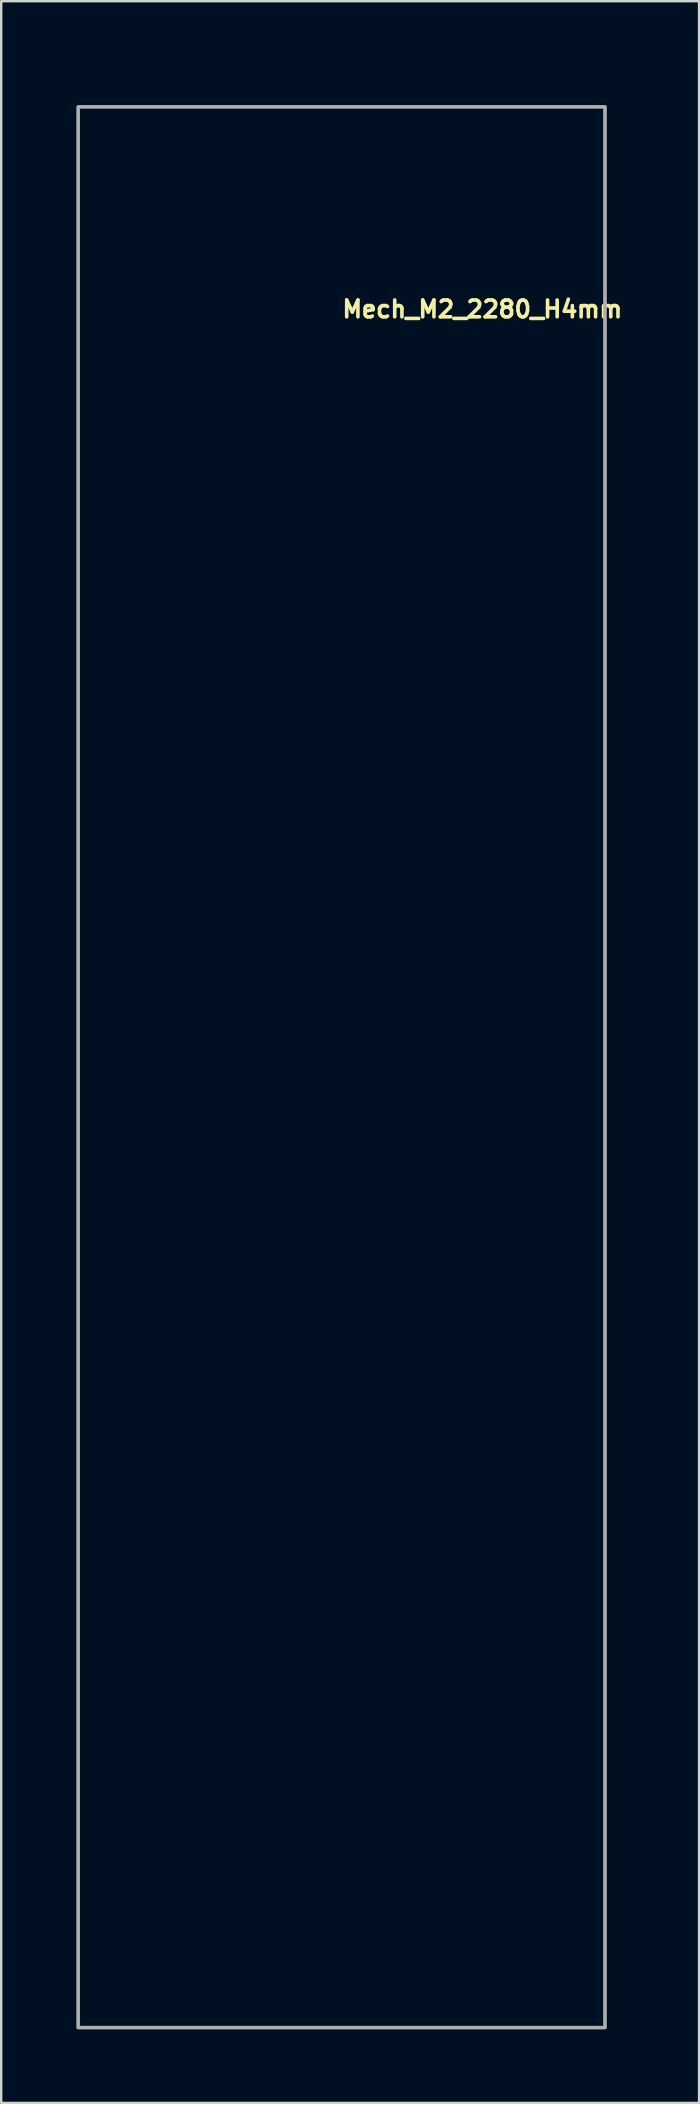
<source format=kicad_pcb>
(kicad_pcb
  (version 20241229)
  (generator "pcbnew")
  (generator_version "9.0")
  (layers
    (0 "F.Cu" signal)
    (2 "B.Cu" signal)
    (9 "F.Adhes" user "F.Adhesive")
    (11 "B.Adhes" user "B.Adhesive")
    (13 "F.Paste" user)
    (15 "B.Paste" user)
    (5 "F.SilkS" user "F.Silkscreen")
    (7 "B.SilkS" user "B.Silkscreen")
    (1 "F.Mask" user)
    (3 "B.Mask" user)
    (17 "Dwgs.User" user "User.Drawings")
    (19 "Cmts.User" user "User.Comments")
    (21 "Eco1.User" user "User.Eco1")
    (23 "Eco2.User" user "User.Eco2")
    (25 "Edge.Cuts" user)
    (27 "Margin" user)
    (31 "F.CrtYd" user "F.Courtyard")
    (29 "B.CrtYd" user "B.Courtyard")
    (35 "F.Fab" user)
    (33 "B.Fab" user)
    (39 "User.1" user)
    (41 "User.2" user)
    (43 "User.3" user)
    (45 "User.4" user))
  (footprint "Mech_M2_2280_H4mm"
    (layer "F.Cu")
    (at 11.127 1.35)
    (property "Reference" "Mech_M2_2280_H4mm" (at 0 8.89 180) (layer "F.SilkS") (effects (font (size 0.7 0.7) (thickness 0.15)) (justify left bottom)))
    (attr exclude_from_pos_files exclude_from_bom)
    (fp_line (start -11 0) (end -11 80.001) (stroke (width 0.2) (type solid)) (layer "Eco1.User"))
    (fp_line (start -11 80.001) (end 10.999 80.001) (stroke (width 0.2) (type solid)) (layer "Eco1.User"))
    (fp_line (start 10.999 0) (end -11 0) (stroke (width 0.2) (type solid)) (layer "Eco1.User"))
    (fp_line (start 10.999 80.001) (end 10.999 0) (stroke (width 0.2) (type solid)) (layer "Eco1.User"))
    (fp_circle (center 0 0) (end -1.25 0) (stroke (width 0.2) (type solid)) (fill no) (layer "Eco1.User"))
    (fp_rect (start -10.922 0.051) (end 11.024 80.061) (stroke (width 0.15) (type solid)) (fill no) (layer "F.Fab"))
    (fp_rect (start -11.077 0) (end 11.076 80.15) (stroke (width 0.1) (type solid)) (fill no) (layer "User.5"))
    (fp_rect (start -11.077 0) (end 11.076 80.15) (stroke (width 0.1) (type solid)) (fill no) (layer "User.5"))
    (fp_line (start -11.077 0) (end -11.077 6.296) (stroke (width 0.02) (type solid)) (layer "User.9"))
    (fp_line (start -11.077 6.296) (end -10.705 6.78) (stroke (width 0.02) (type solid)) (layer "User.9"))
    (fp_line (start -11.077 14.297) (end -11.077 67.087) (stroke (width 0.02) (type solid)) (layer "User.9"))
    (fp_line (start -11.077 74.41) (end -11.077 76.063) (stroke (width 0.02) (type solid)) (layer "User.9"))
    (fp_line (start -10.705 6.78) (end -10.705 13.781) (stroke (width 0.02) (type solid)) (layer "User.9"))
    (fp_line (start -10.705 13.781) (end -11.077 14.297) (stroke (width 0.02) (type solid)) (layer "User.9"))
    (fp_line (start -10.705 67.531) (end -11.077 67.087) (stroke (width 0.02) (type solid)) (layer "User.9"))
    (fp_line (start -10.705 67.531) (end -10.705 73.938) (stroke (width 0.02) (type solid)) (layer "User.9"))
    (fp_line (start -10.705 73.938) (end -11.077 74.41) (stroke (width 0.02) (type solid)) (layer "User.9"))
    (fp_line (start -10.276 29.629) (end -9.632 29.629) (stroke (width 0.02) (type solid)) (layer "User.9"))
    (fp_line (start -10.276 30.2) (end -10.276 29.629) (stroke (width 0.02) (type solid)) (layer "User.9"))
    (fp_line (start -10.269 76.078) (end -11.077 76.063) (stroke (width 0.02) (type solid)) (layer "User.9"))
    (fp_line (start -10.257 21.38) (end -9.789 21.38) (stroke (width 0.02) (type solid)) (layer "User.9"))
    (fp_line (start -10.257 21.931) (end -10.257 21.38) (stroke (width 0.02) (type solid)) (layer "User.9"))
    (fp_line (start -10.224 1.273) (end -10.212 1.173) (stroke (width 0.02) (type solid)) (layer "User.9"))
    (fp_line (start -10.224 1.274) (end -10.186 1.368) (stroke (width 0.02) (type solid)) (layer "User.9"))
    (fp_line (start -10.216 38.534) (end -10.216 38.963) (stroke (width 0.02) (type solid)) (layer "User.9"))
    (fp_line (start -10.216 38.963) (end -9.741 38.963) (stroke (width 0.02) (type solid)) (layer "User.9"))
    (fp_line (start -10.212 1.173) (end -10.186 1.112) (stroke (width 0.02) (type solid)) (layer "User.9"))
    (fp_line (start -10.212 23.658) (end -9.744 23.658) (stroke (width 0.02) (type solid)) (layer "User.9"))
    (fp_line (start -10.212 24.207) (end -10.212 23.658) (stroke (width 0.02) (type solid)) (layer "User.9"))
    (fp_line (start -10.186 1.112) (end -10.144 1.06) (stroke (width 0.02) (type solid)) (layer "User.9"))
    (fp_line (start -10.186 1.368) (end -10.144 1.423) (stroke (width 0.02) (type solid)) (layer "User.9"))
    (fp_line (start -10.183 36.656) (end -10.183 37.173) (stroke (width 0.02) (type solid)) (layer "User.9"))
    (fp_line (start -10.183 37.173) (end -9.792 37.173) (stroke (width 0.02) (type solid)) (layer "User.9"))
    (fp_line (start -10.148 76.129) (end -10.269 76.078) (stroke (width 0.02) (type solid)) (layer "User.9"))
    (fp_line (start -10.144 1.423) (end -10.091 1.463) (stroke (width 0.02) (type solid)) (layer "User.9"))
    (fp_line (start -10.093 74.435) (end -10.067 74.641) (stroke (width 0.02) (type solid)) (layer "User.9"))
    (fp_line (start -10.091 1.017) (end -10.144 1.06) (stroke (width 0.02) (type solid)) (layer "User.9"))
    (fp_line (start -10.091 1.463) (end -10.029 1.489) (stroke (width 0.02) (type solid)) (layer "User.9"))
    (fp_line (start -10.067 74.227) (end -10.093 74.435) (stroke (width 0.02) (type solid)) (layer "User.9"))
    (fp_line (start -10.067 74.227) (end -9.987 74.035) (stroke (width 0.02) (type solid)) (layer "User.9"))
    (fp_line (start -10.067 74.641) (end -9.987 74.834) (stroke (width 0.02) (type solid)) (layer "User.9"))
    (fp_line (start -10.045 76.209) (end -10.148 76.129) (stroke (width 0.02) (type solid)) (layer "User.9"))
    (fp_line (start -10.042 60.676) (end -10.042 60.015) (stroke (width 0.02) (type solid)) (layer "User.9"))
    (fp_line (start -10.042 60.676) (end -8.862 60.676) (stroke (width 0.02) (type solid)) (layer "User.9"))
    (fp_line (start -10.029 0.992) (end -10.091 1.017) (stroke (width 0.02) (type solid)) (layer "User.9"))
    (fp_line (start -10.013 34.887) (end -10.013 35.938) (stroke (width 0.02) (type solid)) (layer "User.9"))
    (fp_line (start -10.013 35.938) (end -9.317 35.938) (stroke (width 0.02) (type solid)) (layer "User.9"))
    (fp_line (start -9.987 74.035) (end -9.859 73.87) (stroke (width 0.02) (type solid)) (layer "User.9"))
    (fp_line (start -9.987 74.834) (end -9.859 75.001) (stroke (width 0.02) (type solid)) (layer "User.9"))
    (fp_line (start -9.971 67.682) (end -9.971 68.231) (stroke (width 0.02) (type solid)) (layer "User.9"))
    (fp_line (start -9.971 67.682) (end -9.503 67.682) (stroke (width 0.02) (type solid)) (layer "User.9"))
    (fp_line (start -9.965 76.313) (end -10.045 76.209) (stroke (width 0.02) (type solid)) (layer "User.9"))
    (fp_line (start -9.962 0.983) (end -10.029 0.992) (stroke (width 0.02) (type solid)) (layer "User.9"))
    (fp_line (start -9.962 0.983) (end -9.897 0.992) (stroke (width 0.02) (type solid)) (layer "User.9"))
    (fp_line (start -9.962 1.499) (end -10.029 1.489) (stroke (width 0.02) (type solid)) (layer "User.9"))
    (fp_line (start -9.952 9.967) (end -9.484 9.967) (stroke (width 0.02) (type solid)) (layer "User.9"))
    (fp_line (start -9.952 10.518) (end -9.952 9.967) (stroke (width 0.02) (type solid)) (layer "User.9"))
    (fp_line (start -9.915 76.433) (end -9.965 76.313) (stroke (width 0.02) (type solid)) (layer "User.9"))
    (fp_line (start -9.898 76.563) (end -9.915 76.433) (stroke (width 0.02) (type solid)) (layer "User.9"))
    (fp_line (start -9.898 76.563) (end -9.898 80.15) (stroke (width 0.02) (type solid)) (layer "User.9"))
    (fp_line (start -9.898 80.15) (end -6.829 80.15) (stroke (width 0.02) (type solid)) (layer "User.9"))
    (fp_line (start -9.897 0.992) (end -9.833 1.017) (stroke (width 0.02) (type solid)) (layer "User.9"))
    (fp_line (start -9.897 1.489) (end -9.962 1.499) (stroke (width 0.02) (type solid)) (layer "User.9"))
    (fp_line (start -9.897 1.489) (end -9.833 1.463) (stroke (width 0.02) (type solid)) (layer "User.9"))
    (fp_line (start -9.862 7.7) (end -9.394 7.7) (stroke (width 0.02) (type solid)) (layer "User.9"))
    (fp_line (start -9.862 8.249) (end -9.862 7.7) (stroke (width 0.02) (type solid)) (layer "User.9"))
    (fp_line (start -9.859 62.197) (end -9.859 61.728) (stroke (width 0.02) (type solid)) (layer "User.9"))
    (fp_line (start -9.859 73.87) (end -9.695 73.742) (stroke (width 0.02) (type solid)) (layer "User.9"))
    (fp_line (start -9.849 70.453) (end -9.849 72.23) (stroke (width 0.02) (type solid)) (layer "User.9"))
    (fp_line (start -9.849 70.453) (end -8.527 70.453) (stroke (width 0.02) (type solid)) (layer "User.9"))
    (fp_line (start -9.833 1.017) (end -9.779 1.06) (stroke (width 0.02) (type solid)) (layer "User.9"))
    (fp_line (start -9.792 36.656) (end -10.183 36.656) (stroke (width 0.02) (type solid)) (layer "User.9"))
    (fp_line (start -9.792 37.173) (end -9.792 36.656) (stroke (width 0.02) (type solid)) (layer "User.9"))
    (fp_line (start -9.789 21.931) (end -10.257 21.931) (stroke (width 0.02) (type solid)) (layer "User.9"))
    (fp_line (start -9.789 21.931) (end -9.789 21.38) (stroke (width 0.02) (type solid)) (layer "User.9"))
    (fp_line (start -9.779 1.423) (end -9.833 1.463) (stroke (width 0.02) (type solid)) (layer "User.9"))
    (fp_line (start -9.779 1.423) (end -9.74 1.368) (stroke (width 0.02) (type solid)) (layer "User.9"))
    (fp_line (start -9.744 24.207) (end -10.212 24.207) (stroke (width 0.02) (type solid)) (layer "User.9"))
    (fp_line (start -9.744 24.207) (end -9.744 23.658) (stroke (width 0.02) (type solid)) (layer "User.9"))
    (fp_line (start -9.741 38.534) (end -10.216 38.534) (stroke (width 0.02) (type solid)) (layer "User.9"))
    (fp_line (start -9.741 38.963) (end -9.741 38.534) (stroke (width 0.02) (type solid)) (layer "User.9"))
    (fp_line (start -9.74 1.112) (end -9.779 1.06) (stroke (width 0.02) (type solid)) (layer "User.9"))
    (fp_line (start -9.74 1.368) (end -9.715 1.308) (stroke (width 0.02) (type solid)) (layer "User.9"))
    (fp_line (start -9.715 1.173) (end -9.74 1.112) (stroke (width 0.02) (type solid)) (layer "User.9"))
    (fp_line (start -9.705 1.241) (end -9.715 1.173) (stroke (width 0.02) (type solid)) (layer "User.9"))
    (fp_line (start -9.705 1.241) (end -9.715 1.308) (stroke (width 0.02) (type solid)) (layer "User.9"))
    (fp_line (start -9.695 73.742) (end -9.5 73.662) (stroke (width 0.02) (type solid)) (layer "User.9"))
    (fp_line (start -9.695 75.126) (end -9.859 75.001) (stroke (width 0.02) (type solid)) (layer "User.9"))
    (fp_line (start -9.632 29.629) (end -9.632 30.2) (stroke (width 0.02) (type solid)) (layer "User.9"))
    (fp_line (start -9.632 30.2) (end -10.276 30.2) (stroke (width 0.02) (type solid)) (layer "User.9"))
    (fp_line (start -9.503 67.682) (end -9.503 68.231) (stroke (width 0.02) (type solid)) (layer "User.9"))
    (fp_line (start -9.503 68.231) (end -9.971 68.231) (stroke (width 0.02) (type solid)) (layer "User.9"))
    (fp_line (start -9.5 75.206) (end -9.695 75.126) (stroke (width 0.02) (type solid)) (layer "User.9"))
    (fp_line (start -9.484 10.518) (end -9.952 10.518) (stroke (width 0.02) (type solid)) (layer "User.9"))
    (fp_line (start -9.484 10.518) (end -9.484 9.967) (stroke (width 0.02) (type solid)) (layer "User.9"))
    (fp_line (start -9.463 40.706) (end 0.934 40.706) (stroke (width 0.02) (type solid)) (layer "User.9"))
    (fp_line (start -9.463 54.484) (end -9.463 40.706) (stroke (width 0.02) (type solid)) (layer "User.9"))
    (fp_line (start -9.394 8.249) (end -9.862 8.249) (stroke (width 0.02) (type solid)) (layer "User.9"))
    (fp_line (start -9.394 8.249) (end -9.394 7.7) (stroke (width 0.02) (type solid)) (layer "User.9"))
    (fp_line (start -9.33 37.005) (end -9.33 39.005) (stroke (width 0.02) (type solid)) (layer "User.9"))
    (fp_line (start -9.33 37.005) (end -6.629 37.005) (stroke (width 0.02) (type solid)) (layer "User.9"))
    (fp_line (start -9.33 39.005) (end -6.629 39.005) (stroke (width 0.02) (type solid)) (layer "User.9"))
    (fp_line (start -9.317 34.887) (end -10.013 34.887) (stroke (width 0.02) (type solid)) (layer "User.9"))
    (fp_line (start -9.317 35.938) (end -9.317 34.887) (stroke (width 0.02) (type solid)) (layer "User.9"))
    (fp_line (start -9.311 61.728) (end -9.859 61.728) (stroke (width 0.02) (type solid)) (layer "User.9"))
    (fp_line (start -9.311 62.197) (end -9.859 62.197) (stroke (width 0.02) (type solid)) (layer "User.9"))
    (fp_line (start -9.311 62.197) (end -9.311 61.728) (stroke (width 0.02) (type solid)) (layer "User.9"))
    (fp_line (start -9.295 73.635) (end -9.5 73.662) (stroke (width 0.02) (type solid)) (layer "User.9"))
    (fp_line (start -9.295 73.635) (end -9.087 73.662) (stroke (width 0.02) (type solid)) (layer "User.9"))
    (fp_line (start -9.295 75.233) (end -9.5 75.206) (stroke (width 0.02) (type solid)) (layer "User.9"))
    (fp_line (start -9.212 1.173) (end -9.221 1.241) (stroke (width 0.02) (type solid)) (layer "User.9"))
    (fp_line (start -9.212 1.308) (end -9.221 1.241) (stroke (width 0.02) (type solid)) (layer "User.9"))
    (fp_line (start -9.186 1.112) (end -9.212 1.173) (stroke (width 0.02) (type solid)) (layer "User.9"))
    (fp_line (start -9.186 1.112) (end -9.144 1.06) (stroke (width 0.02) (type solid)) (layer "User.9"))
    (fp_line (start -9.186 1.368) (end -9.212 1.308) (stroke (width 0.02) (type solid)) (layer "User.9"))
    (fp_line (start -9.144 1.06) (end -9.09 1.017) (stroke (width 0.02) (type solid)) (layer "User.9"))
    (fp_line (start -9.144 1.423) (end -9.186 1.368) (stroke (width 0.02) (type solid)) (layer "User.9"))
    (fp_line (start -9.1 4.184) (end 9.102 4.184) (stroke (width 0.02) (type solid)) (layer "User.9"))
    (fp_line (start -9.1 18.385) (end -9.1 4.184) (stroke (width 0.02) (type solid)) (layer "User.9"))
    (fp_line (start -9.1 19.585) (end 9.102 19.585) (stroke (width 0.02) (type solid)) (layer "User.9"))
    (fp_line (start -9.1 33.783) (end -9.1 19.585) (stroke (width 0.02) (type solid)) (layer "User.9"))
    (fp_line (start -9.09 1.017) (end -9.029 0.992) (stroke (width 0.02) (type solid)) (layer "User.9"))
    (fp_line (start -9.09 1.463) (end -9.144 1.423) (stroke (width 0.02) (type solid)) (layer "User.9"))
    (fp_line (start -9.088 73.662) (end -8.894 73.742) (stroke (width 0.02) (type solid)) (layer "User.9"))
    (fp_line (start -9.087 75.206) (end -9.295 75.233) (stroke (width 0.02) (type solid)) (layer "User.9"))
    (fp_line (start -9.029 1.489) (end -9.09 1.463) (stroke (width 0.02) (type solid)) (layer "User.9"))
    (fp_line (start -8.962 0.983) (end -9.029 0.992) (stroke (width 0.02) (type solid)) (layer "User.9"))
    (fp_line (start -8.962 0.983) (end -8.897 0.992) (stroke (width 0.02) (type solid)) (layer "User.9"))
    (fp_line (start -8.962 1.499) (end -9.029 1.489) (stroke (width 0.02) (type solid)) (layer "User.9"))
    (fp_line (start -8.897 1.489) (end -8.962 1.499) (stroke (width 0.02) (type solid)) (layer "User.9"))
    (fp_line (start -8.894 73.742) (end -8.729 73.87) (stroke (width 0.02) (type solid)) (layer "User.9"))
    (fp_line (start -8.894 75.126) (end -9.087 75.206) (stroke (width 0.02) (type solid)) (layer "User.9"))
    (fp_line (start -8.862 60.015) (end -10.042 60.015) (stroke (width 0.02) (type solid)) (layer "User.9"))
    (fp_line (start -8.862 60.015) (end -8.862 60.676) (stroke (width 0.02) (type solid)) (layer "User.9"))
    (fp_line (start -8.834 1.017) (end -8.897 0.992) (stroke (width 0.02) (type solid)) (layer "User.9"))
    (fp_line (start -8.834 1.463) (end -8.897 1.489) (stroke (width 0.02) (type solid)) (layer "User.9"))
    (fp_line (start -8.779 1.06) (end -8.834 1.017) (stroke (width 0.02) (type solid)) (layer "User.9"))
    (fp_line (start -8.779 1.06) (end -8.74 1.112) (stroke (width 0.02) (type solid)) (layer "User.9"))
    (fp_line (start -8.779 1.423) (end -8.834 1.463) (stroke (width 0.02) (type solid)) (layer "User.9"))
    (fp_line (start -8.74 1.112) (end -8.715 1.173) (stroke (width 0.02) (type solid)) (layer "User.9"))
    (fp_line (start -8.74 1.368) (end -8.779 1.423) (stroke (width 0.02) (type solid)) (layer "User.9"))
    (fp_line (start -8.74 1.368) (end -8.715 1.308) (stroke (width 0.02) (type solid)) (layer "User.9"))
    (fp_line (start -8.729 73.87) (end -8.603 74.035) (stroke (width 0.02) (type solid)) (layer "User.9"))
    (fp_line (start -8.729 75.001) (end -8.894 75.126) (stroke (width 0.02) (type solid)) (layer "User.9"))
    (fp_line (start -8.729 75.001) (end -8.603 74.834) (stroke (width 0.02) (type solid)) (layer "User.9"))
    (fp_line (start -8.715 1.173) (end -8.705 1.241) (stroke (width 0.02) (type solid)) (layer "User.9"))
    (fp_line (start -8.705 1.241) (end -8.715 1.308) (stroke (width 0.02) (type solid)) (layer "User.9"))
    (fp_line (start -8.702 65.167) (end -8.702 64.7) (stroke (width 0.02) (type solid)) (layer "User.9"))
    (fp_line (start -8.603 74.035) (end -8.523 74.227) (stroke (width 0.02) (type solid)) (layer "User.9"))
    (fp_line (start -8.527 72.23) (end -9.849 72.23) (stroke (width 0.02) (type solid)) (layer "User.9"))
    (fp_line (start -8.527 72.23) (end -8.527 70.453) (stroke (width 0.02) (type solid)) (layer "User.9"))
    (fp_line (start -8.523 74.227) (end -8.494 74.435) (stroke (width 0.02) (type solid)) (layer "User.9"))
    (fp_line (start -8.523 74.641) (end -8.603 74.834) (stroke (width 0.02) (type solid)) (layer "User.9"))
    (fp_line (start -8.494 74.435) (end -8.523 74.641) (stroke (width 0.02) (type solid)) (layer "User.9"))
    (fp_line (start -8.266 35.228) (end -8.266 35.616) (stroke (width 0.02) (type solid)) (layer "User.9"))
    (fp_line (start -8.266 35.616) (end -7.749 35.616) (stroke (width 0.02) (type solid)) (layer "User.9"))
    (fp_line (start -8.221 1.241) (end -8.212 1.173) (stroke (width 0.02) (type solid)) (layer "User.9"))
    (fp_line (start -8.221 2.341) (end -8.212 2.407) (stroke (width 0.02) (type solid)) (layer "User.9"))
    (fp_line (start -8.212 1.308) (end -8.221 1.241) (stroke (width 0.02) (type solid)) (layer "User.9"))
    (fp_line (start -8.212 2.273) (end -8.221 2.341) (stroke (width 0.02) (type solid)) (layer "User.9"))
    (fp_line (start -8.212 2.407) (end -8.186 2.468) (stroke (width 0.02) (type solid)) (layer "User.9"))
    (fp_line (start -8.186 1.112) (end -8.212 1.173) (stroke (width 0.02) (type solid)) (layer "User.9"))
    (fp_line (start -8.186 1.112) (end -8.144 1.06) (stroke (width 0.02) (type solid)) (layer "User.9"))
    (fp_line (start -8.186 1.368) (end -8.212 1.308) (stroke (width 0.02) (type solid)) (layer "User.9"))
    (fp_line (start -8.186 2.213) (end -8.212 2.273) (stroke (width 0.02) (type solid)) (layer "User.9"))
    (fp_line (start -8.186 2.213) (end -8.144 2.158) (stroke (width 0.02) (type solid)) (layer "User.9"))
    (fp_line (start -8.186 2.468) (end -8.144 2.523) (stroke (width 0.02) (type solid)) (layer "User.9"))
    (fp_line (start -8.151 64.7) (end -8.702 64.7) (stroke (width 0.02) (type solid)) (layer "User.9"))
    (fp_line (start -8.151 64.7) (end -8.151 65.167) (stroke (width 0.02) (type solid)) (layer "User.9"))
    (fp_line (start -8.151 65.167) (end -8.702 65.167) (stroke (width 0.02) (type solid)) (layer "User.9"))
    (fp_line (start -8.144 1.06) (end -8.09 1.017) (stroke (width 0.02) (type solid)) (layer "User.9"))
    (fp_line (start -8.144 1.423) (end -8.186 1.368) (stroke (width 0.02) (type solid)) (layer "User.9"))
    (fp_line (start -8.144 2.158) (end -8.09 2.119) (stroke (width 0.02) (type solid)) (layer "User.9"))
    (fp_line (start -8.09 1.017) (end -8.029 0.992) (stroke (width 0.02) (type solid)) (layer "User.9"))
    (fp_line (start -8.09 1.463) (end -8.144 1.423) (stroke (width 0.02) (type solid)) (layer "User.9"))
    (fp_line (start -8.09 2.119) (end -8.029 2.092) (stroke (width 0.02) (type solid)) (layer "User.9"))
    (fp_line (start -8.09 2.564) (end -8.144 2.523) (stroke (width 0.02) (type solid)) (layer "User.9"))
    (fp_line (start -8.029 0.992) (end -7.962 0.983) (stroke (width 0.02) (type solid)) (layer "User.9"))
    (fp_line (start -8.029 1.489) (end -8.09 1.463) (stroke (width 0.02) (type solid)) (layer "User.9"))
    (fp_line (start -8.029 2.092) (end -7.962 2.084) (stroke (width 0.02) (type solid)) (layer "User.9"))
    (fp_line (start -8.029 2.588) (end -8.09 2.564) (stroke (width 0.02) (type solid)) (layer "User.9"))
    (fp_line (start -7.962 0.983) (end -7.895 0.992) (stroke (width 0.02) (type solid)) (layer "User.9"))
    (fp_line (start -7.962 1.499) (end -8.029 1.489) (stroke (width 0.02) (type solid)) (layer "User.9"))
    (fp_line (start -7.962 2.084) (end -7.895 2.092) (stroke (width 0.02) (type solid)) (layer "User.9"))
    (fp_line (start -7.962 2.597) (end -8.029 2.588) (stroke (width 0.02) (type solid)) (layer "User.9"))
    (fp_line (start -7.895 1.489) (end -7.962 1.499) (stroke (width 0.02) (type solid)) (layer "User.9"))
    (fp_line (start -7.895 2.092) (end -7.834 2.119) (stroke (width 0.02) (type solid)) (layer "User.9"))
    (fp_line (start -7.895 2.588) (end -7.962 2.597) (stroke (width 0.02) (type solid)) (layer "User.9"))
    (fp_line (start -7.834 1.017) (end -7.895 0.992) (stroke (width 0.02) (type solid)) (layer "User.9"))
    (fp_line (start -7.834 1.463) (end -7.895 1.489) (stroke (width 0.02) (type solid)) (layer "User.9"))
    (fp_line (start -7.834 2.564) (end -7.895 2.588) (stroke (width 0.02) (type solid)) (layer "User.9"))
    (fp_line (start -7.781 1.06) (end -7.834 1.017) (stroke (width 0.02) (type solid)) (layer "User.9"))
    (fp_line (start -7.781 1.423) (end -7.834 1.463) (stroke (width 0.02) (type solid)) (layer "User.9"))
    (fp_line (start -7.781 2.158) (end -7.834 2.119) (stroke (width 0.02) (type solid)) (layer "User.9"))
    (fp_line (start -7.781 2.158) (end -7.739 2.213) (stroke (width 0.02) (type solid)) (layer "User.9"))
    (fp_line (start -7.781 2.523) (end -7.834 2.564) (stroke (width 0.02) (type solid)) (layer "User.9"))
    (fp_line (start -7.749 35.228) (end -8.266 35.228) (stroke (width 0.02) (type solid)) (layer "User.9"))
    (fp_line (start -7.749 35.616) (end -7.749 35.228) (stroke (width 0.02) (type solid)) (layer "User.9"))
    (fp_line (start -7.739 1.112) (end -7.781 1.06) (stroke (width 0.02) (type solid)) (layer "User.9"))
    (fp_line (start -7.739 1.112) (end -7.715 1.173) (stroke (width 0.02) (type solid)) (layer "User.9"))
    (fp_line (start -7.739 1.368) (end -7.781 1.423) (stroke (width 0.02) (type solid)) (layer "User.9"))
    (fp_line (start -7.739 2.213) (end -7.715 2.273) (stroke (width 0.02) (type solid)) (layer "User.9"))
    (fp_line (start -7.739 2.468) (end -7.781 2.523) (stroke (width 0.02) (type solid)) (layer "User.9"))
    (fp_line (start -7.739 2.468) (end -7.715 2.407) (stroke (width 0.02) (type solid)) (layer "User.9"))
    (fp_line (start -7.715 1.173) (end -7.704 1.241) (stroke (width 0.02) (type solid)) (layer "User.9"))
    (fp_line (start -7.715 1.308) (end -7.739 1.368) (stroke (width 0.02) (type solid)) (layer "User.9"))
    (fp_line (start -7.715 2.273) (end -7.704 2.341) (stroke (width 0.02) (type solid)) (layer "User.9"))
    (fp_line (start -7.704 1.241) (end -7.715 1.308) (stroke (width 0.02) (type solid)) (layer "User.9"))
    (fp_line (start -7.704 2.341) (end -7.715 2.407) (stroke (width 0.02) (type solid)) (layer "User.9"))
    (fp_line (start -7.22 2.341) (end -7.212 2.273) (stroke (width 0.02) (type solid)) (layer "User.9"))
    (fp_line (start -7.212 1.173) (end -7.22 1.241) (stroke (width 0.02) (type solid)) (layer "User.9"))
    (fp_line (start -7.212 1.308) (end -7.22 1.241) (stroke (width 0.02) (type solid)) (layer "User.9"))
    (fp_line (start -7.212 2.407) (end -7.22 2.341) (stroke (width 0.02) (type solid)) (layer "User.9"))
    (fp_line (start -7.185 1.112) (end -7.212 1.173) (stroke (width 0.02) (type solid)) (layer "User.9"))
    (fp_line (start -7.185 1.112) (end -7.145 1.06) (stroke (width 0.02) (type solid)) (layer "User.9"))
    (fp_line (start -7.185 1.368) (end -7.212 1.308) (stroke (width 0.02) (type solid)) (layer "User.9"))
    (fp_line (start -7.185 2.213) (end -7.212 2.273) (stroke (width 0.02) (type solid)) (layer "User.9"))
    (fp_line (start -7.185 2.468) (end -7.212 2.407) (stroke (width 0.02) (type solid)) (layer "User.9"))
    (fp_line (start -7.175 56.67) (end -7.175 72.42) (stroke (width 0.02) (type solid)) (layer "User.9"))
    (fp_line (start -7.175 56.67) (end 8.724 56.67) (stroke (width 0.02) (type solid)) (layer "User.9"))
    (fp_line (start -7.175 72.42) (end 8.102 72.42) (stroke (width 0.02) (type solid)) (layer "User.9"))
    (fp_line (start -7.145 1.06) (end -7.092 1.017) (stroke (width 0.02) (type solid)) (layer "User.9"))
    (fp_line (start -7.145 1.423) (end -7.185 1.368) (stroke (width 0.02) (type solid)) (layer "User.9"))
    (fp_line (start -7.145 2.158) (end -7.185 2.213) (stroke (width 0.02) (type solid)) (layer "User.9"))
    (fp_line (start -7.145 2.523) (end -7.185 2.468) (stroke (width 0.02) (type solid)) (layer "User.9"))
    (fp_line (start -7.092 1.017) (end -7.028 0.992) (stroke (width 0.02) (type solid)) (layer "User.9"))
    (fp_line (start -7.092 1.463) (end -7.145 1.423) (stroke (width 0.02) (type solid)) (layer "User.9"))
    (fp_line (start -7.092 2.119) (end -7.145 2.158) (stroke (width 0.02) (type solid)) (layer "User.9"))
    (fp_line (start -7.092 2.119) (end -7.028 2.092) (stroke (width 0.02) (type solid)) (layer "User.9"))
    (fp_line (start -7.092 2.564) (end -7.145 2.523) (stroke (width 0.02) (type solid)) (layer "User.9"))
    (fp_line (start -7.028 0.992) (end -6.962 0.983) (stroke (width 0.02) (type solid)) (layer "User.9"))
    (fp_line (start -7.028 1.489) (end -7.092 1.463) (stroke (width 0.02) (type solid)) (layer "User.9"))
    (fp_line (start -7.028 2.092) (end -6.962 2.084) (stroke (width 0.02) (type solid)) (layer "User.9"))
    (fp_line (start -7.028 2.588) (end -7.092 2.564) (stroke (width 0.02) (type solid)) (layer "User.9"))
    (fp_line (start -6.962 0.983) (end -6.895 0.992) (stroke (width 0.02) (type solid)) (layer "User.9"))
    (fp_line (start -6.962 1.499) (end -7.028 1.489) (stroke (width 0.02) (type solid)) (layer "User.9"))
    (fp_line (start -6.962 2.084) (end -6.895 2.092) (stroke (width 0.02) (type solid)) (layer "User.9"))
    (fp_line (start -6.962 2.597) (end -7.028 2.588) (stroke (width 0.02) (type solid)) (layer "User.9"))
    (fp_line (start -6.895 0.992) (end -6.834 1.017) (stroke (width 0.02) (type solid)) (layer "User.9"))
    (fp_line (start -6.895 1.489) (end -6.962 1.499) (stroke (width 0.02) (type solid)) (layer "User.9"))
    (fp_line (start -6.895 2.092) (end -6.834 2.119) (stroke (width 0.02) (type solid)) (layer "User.9"))
    (fp_line (start -6.895 2.588) (end -6.962 2.597) (stroke (width 0.02) (type solid)) (layer "User.9"))
    (fp_line (start -6.834 1.463) (end -6.895 1.489) (stroke (width 0.02) (type solid)) (layer "User.9"))
    (fp_line (start -6.834 2.564) (end -6.895 2.588) (stroke (width 0.02) (type solid)) (layer "User.9"))
    (fp_line (start -6.829 80.15) (end -6.805 77.087) (stroke (width 0.02) (type solid)) (layer "User.9"))
    (fp_line (start -6.781 1.06) (end -6.834 1.017) (stroke (width 0.02) (type solid)) (layer "User.9"))
    (fp_line (start -6.781 1.423) (end -6.834 1.463) (stroke (width 0.02) (type solid)) (layer "User.9"))
    (fp_line (start -6.781 1.423) (end -6.739 1.368) (stroke (width 0.02) (type solid)) (layer "User.9"))
    (fp_line (start -6.781 2.158) (end -6.834 2.119) (stroke (width 0.02) (type solid)) (layer "User.9"))
    (fp_line (start -6.781 2.523) (end -6.834 2.564) (stroke (width 0.02) (type solid)) (layer "User.9"))
    (fp_line (start -6.739 1.112) (end -6.781 1.06) (stroke (width 0.02) (type solid)) (layer "User.9"))
    (fp_line (start -6.739 1.112) (end -6.715 1.173) (stroke (width 0.02) (type solid)) (layer "User.9"))
    (fp_line (start -6.739 1.368) (end -6.715 1.308) (stroke (width 0.02) (type solid)) (layer "User.9"))
    (fp_line (start -6.739 2.213) (end -6.781 2.158) (stroke (width 0.02) (type solid)) (layer "User.9"))
    (fp_line (start -6.739 2.213) (end -6.715 2.273) (stroke (width 0.02) (type solid)) (layer "User.9"))
    (fp_line (start -6.739 2.468) (end -6.781 2.523) (stroke (width 0.02) (type solid)) (layer "User.9"))
    (fp_line (start -6.736 76.918) (end -6.805 77.087) (stroke (width 0.02) (type solid)) (layer "User.9"))
    (fp_line (start -6.715 1.173) (end -6.704 1.241) (stroke (width 0.02) (type solid)) (layer "User.9"))
    (fp_line (start -6.715 2.273) (end -6.704 2.341) (stroke (width 0.02) (type solid)) (layer "User.9"))
    (fp_line (start -6.715 2.407) (end -6.739 2.468) (stroke (width 0.02) (type solid)) (layer "User.9"))
    (fp_line (start -6.704 1.241) (end -6.715 1.308) (stroke (width 0.02) (type solid)) (layer "User.9"))
    (fp_line (start -6.704 2.341) (end -6.715 2.407) (stroke (width 0.02) (type solid)) (layer "User.9"))
    (fp_line (start -6.629 39.005) (end -6.629 37.005) (stroke (width 0.02) (type solid)) (layer "User.9"))
    (fp_line (start -6.624 76.772) (end -6.736 76.918) (stroke (width 0.02) (type solid)) (layer "User.9"))
    (fp_line (start -6.576 75.843) (end -6.576 75.376) (stroke (width 0.02) (type solid)) (layer "User.9"))
    (fp_line (start -6.563 16.3) (end 8.137 16.3) (stroke (width 0.02) (type solid)) (layer "User.9"))
    (fp_line (start -6.563 71.981) (end -6.563 16.3) (stroke (width 0.02) (type solid)) (layer "User.9"))
    (fp_line (start -6.478 76.662) (end -6.624 76.772) (stroke (width 0.02) (type solid)) (layer "User.9"))
    (fp_line (start -6.31 76.593) (end -6.478 76.662) (stroke (width 0.02) (type solid)) (layer "User.9"))
    (fp_line (start -6.31 76.593) (end -6.129 76.569) (stroke (width 0.02) (type solid)) (layer "User.9"))
    (fp_line (start -6.212 1.173) (end -6.22 1.241) (stroke (width 0.02) (type solid)) (layer "User.9"))
    (fp_line (start -6.212 1.308) (end -6.22 1.241) (stroke (width 0.02) (type solid)) (layer "User.9"))
    (fp_line (start -6.212 2.273) (end -6.22 2.341) (stroke (width 0.02) (type solid)) (layer "User.9"))
    (fp_line (start -6.212 2.407) (end -6.22 2.341) (stroke (width 0.02) (type solid)) (layer "User.9"))
    (fp_line (start -6.185 1.112) (end -6.212 1.173) (stroke (width 0.02) (type solid)) (layer "User.9"))
    (fp_line (start -6.185 1.112) (end -6.145 1.06) (stroke (width 0.02) (type solid)) (layer "User.9"))
    (fp_line (start -6.185 1.368) (end -6.212 1.308) (stroke (width 0.02) (type solid)) (layer "User.9"))
    (fp_line (start -6.185 2.213) (end -6.212 2.273) (stroke (width 0.02) (type solid)) (layer "User.9"))
    (fp_line (start -6.185 2.213) (end -6.145 2.158) (stroke (width 0.02) (type solid)) (layer "User.9"))
    (fp_line (start -6.185 2.468) (end -6.212 2.407) (stroke (width 0.02) (type solid)) (layer "User.9"))
    (fp_line (start -6.145 1.06) (end -6.092 1.017) (stroke (width 0.02) (type solid)) (layer "User.9"))
    (fp_line (start -6.145 1.423) (end -6.185 1.368) (stroke (width 0.02) (type solid)) (layer "User.9"))
    (fp_line (start -6.145 2.158) (end -6.092 2.119) (stroke (width 0.02) (type solid)) (layer "User.9"))
    (fp_line (start -6.145 2.523) (end -6.185 2.468) (stroke (width 0.02) (type solid)) (layer "User.9"))
    (fp_line (start -6.092 1.017) (end -6.028 0.992) (stroke (width 0.02) (type solid)) (layer "User.9"))
    (fp_line (start -6.092 1.463) (end -6.145 1.423) (stroke (width 0.02) (type solid)) (layer "User.9"))
    (fp_line (start -6.092 2.119) (end -6.028 2.092) (stroke (width 0.02) (type solid)) (layer "User.9"))
    (fp_line (start -6.092 2.564) (end -6.145 2.523) (stroke (width 0.02) (type solid)) (layer "User.9"))
    (fp_line (start -6.066 73.98) (end -6.066 74.529) (stroke (width 0.02) (type solid)) (layer "User.9"))
    (fp_line (start -6.066 73.98) (end -5.598 73.98) (stroke (width 0.02) (type solid)) (layer "User.9"))
    (fp_line (start -6.028 0.992) (end -5.962 0.983) (stroke (width 0.02) (type solid)) (layer "User.9"))
    (fp_line (start -6.028 1.489) (end -6.092 1.463) (stroke (width 0.02) (type solid)) (layer "User.9"))
    (fp_line (start -6.028 2.092) (end -5.962 2.084) (stroke (width 0.02) (type solid)) (layer "User.9"))
    (fp_line (start -6.028 2.588) (end -6.092 2.564) (stroke (width 0.02) (type solid)) (layer "User.9"))
    (fp_line (start -6.026 75.376) (end -6.576 75.376) (stroke (width 0.02) (type solid)) (layer "User.9"))
    (fp_line (start -6.026 75.843) (end -6.576 75.843) (stroke (width 0.02) (type solid)) (layer "User.9"))
    (fp_line (start -6.026 75.843) (end -6.026 75.376) (stroke (width 0.02) (type solid)) (layer "User.9"))
    (fp_line (start -5.962 0.983) (end -5.895 0.992) (stroke (width 0.02) (type solid)) (layer "User.9"))
    (fp_line (start -5.962 1.499) (end -6.028 1.489) (stroke (width 0.02) (type solid)) (layer "User.9"))
    (fp_line (start -5.962 2.084) (end -5.895 2.092) (stroke (width 0.02) (type solid)) (layer "User.9"))
    (fp_line (start -5.962 2.597) (end -6.028 2.588) (stroke (width 0.02) (type solid)) (layer "User.9"))
    (fp_line (start -5.951 76.593) (end -6.129 76.569) (stroke (width 0.02) (type solid)) (layer "User.9"))
    (fp_line (start -5.895 1.489) (end -5.962 1.499) (stroke (width 0.02) (type solid)) (layer "User.9"))
    (fp_line (start -5.895 2.588) (end -5.962 2.597) (stroke (width 0.02) (type solid)) (layer "User.9"))
    (fp_line (start -5.834 1.017) (end -5.895 0.992) (stroke (width 0.02) (type solid)) (layer "User.9"))
    (fp_line (start -5.834 1.463) (end -5.895 1.489) (stroke (width 0.02) (type solid)) (layer "User.9"))
    (fp_line (start -5.834 2.119) (end -5.895 2.092) (stroke (width 0.02) (type solid)) (layer "User.9"))
    (fp_line (start -5.834 2.119) (end -5.781 2.158) (stroke (width 0.02) (type solid)) (layer "User.9"))
    (fp_line (start -5.834 2.564) (end -5.895 2.588) (stroke (width 0.02) (type solid)) (layer "User.9"))
    (fp_line (start -5.834 2.564) (end -5.781 2.523) (stroke (width 0.02) (type solid)) (layer "User.9"))
    (fp_line (start -5.781 1.06) (end -5.834 1.017) (stroke (width 0.02) (type solid)) (layer "User.9"))
    (fp_line (start -5.781 1.423) (end -5.834 1.463) (stroke (width 0.02) (type solid)) (layer "User.9"))
    (fp_line (start -5.781 1.423) (end -5.739 1.368) (stroke (width 0.02) (type solid)) (layer "User.9"))
    (fp_line (start -5.781 2.158) (end -5.739 2.213) (stroke (width 0.02) (type solid)) (layer "User.9"))
    (fp_line (start -5.781 2.523) (end -5.739 2.468) (stroke (width 0.02) (type solid)) (layer "User.9"))
    (fp_line (start -5.778 76.662) (end -5.951 76.59) (stroke (width 0.02) (type solid)) (layer "User.9"))
    (fp_line (start -5.778 76.662) (end -5.635 76.772) (stroke (width 0.02) (type solid)) (layer "User.9"))
    (fp_line (start -5.739 1.112) (end -5.781 1.06) (stroke (width 0.02) (type solid)) (layer "User.9"))
    (fp_line (start -5.739 1.112) (end -5.715 1.173) (stroke (width 0.02) (type solid)) (layer "User.9"))
    (fp_line (start -5.739 1.368) (end -5.715 1.308) (stroke (width 0.02) (type solid)) (layer "User.9"))
    (fp_line (start -5.739 2.213) (end -5.715 2.273) (stroke (width 0.02) (type solid)) (layer "User.9"))
    (fp_line (start -5.739 2.468) (end -5.715 2.407) (stroke (width 0.02) (type solid)) (layer "User.9"))
    (fp_line (start -5.715 1.173) (end -5.704 1.241) (stroke (width 0.02) (type solid)) (layer "User.9"))
    (fp_line (start -5.704 1.241) (end -5.715 1.308) (stroke (width 0.02) (type solid)) (layer "User.9"))
    (fp_line (start -5.704 2.341) (end -5.715 2.273) (stroke (width 0.02) (type solid)) (layer "User.9"))
    (fp_line (start -5.704 2.341) (end -5.715 2.407) (stroke (width 0.02) (type solid)) (layer "User.9"))
    (fp_line (start -5.635 76.772) (end -5.523 76.918) (stroke (width 0.02) (type solid)) (layer "User.9"))
    (fp_line (start -5.598 73.98) (end -5.598 74.529) (stroke (width 0.02) (type solid)) (layer "User.9"))
    (fp_line (start -5.598 74.529) (end -6.066 74.529) (stroke (width 0.02) (type solid)) (layer "User.9"))
    (fp_line (start -5.523 76.918) (end -5.454 77.087) (stroke (width 0.02) (type solid)) (layer "User.9"))
    (fp_line (start -5.454 77.087) (end -5.43 77.267) (stroke (width 0.02) (type solid)) (layer "User.9"))
    (fp_line (start -5.43 77.267) (end -5.43 80.15) (stroke (width 0.02) (type solid)) (layer "User.9"))
    (fp_line (start -5.43 80.15) (end 9.897 80.15) (stroke (width 0.02) (type solid)) (layer "User.9"))
    (fp_line (start -5.22 1.241) (end -5.212 1.173) (stroke (width 0.02) (type solid)) (layer "User.9"))
    (fp_line (start -5.22 2.341) (end -5.212 2.273) (stroke (width 0.02) (type solid)) (layer "User.9"))
    (fp_line (start -5.212 1.308) (end -5.22 1.241) (stroke (width 0.02) (type solid)) (layer "User.9"))
    (fp_line (start -5.212 2.273) (end -5.185 2.213) (stroke (width 0.02) (type solid)) (layer "User.9"))
    (fp_line (start -5.212 2.407) (end -5.22 2.341) (stroke (width 0.02) (type solid)) (layer "User.9"))
    (fp_line (start -5.185 1.112) (end -5.212 1.173) (stroke (width 0.02) (type solid)) (layer "User.9"))
    (fp_line (start -5.185 1.112) (end -5.145 1.06) (stroke (width 0.02) (type solid)) (layer "User.9"))
    (fp_line (start -5.185 1.368) (end -5.212 1.308) (stroke (width 0.02) (type solid)) (layer "User.9"))
    (fp_line (start -5.185 2.213) (end -5.145 2.158) (stroke (width 0.02) (type solid)) (layer "User.9"))
    (fp_line (start -5.185 2.468) (end -5.212 2.407) (stroke (width 0.02) (type solid)) (layer "User.9"))
    (fp_line (start -5.145 1.06) (end -5.092 1.017) (stroke (width 0.02) (type solid)) (layer "User.9"))
    (fp_line (start -5.145 1.423) (end -5.185 1.368) (stroke (width 0.02) (type solid)) (layer "User.9"))
    (fp_line (start -5.145 2.158) (end -5.092 2.119) (stroke (width 0.02) (type solid)) (layer "User.9"))
    (fp_line (start -5.145 2.523) (end -5.185 2.468) (stroke (width 0.02) (type solid)) (layer "User.9"))
    (fp_line (start -5.092 1.017) (end -5.028 0.992) (stroke (width 0.02) (type solid)) (layer "User.9"))
    (fp_line (start -5.092 1.463) (end -5.145 1.423) (stroke (width 0.02) (type solid)) (layer "User.9"))
    (fp_line (start -5.092 2.119) (end -5.028 2.092) (stroke (width 0.02) (type solid)) (layer "User.9"))
    (fp_line (start -5.092 2.564) (end -5.145 2.523) (stroke (width 0.02) (type solid)) (layer "User.9"))
    (fp_line (start -5.028 0.992) (end -4.962 0.983) (stroke (width 0.02) (type solid)) (layer "User.9"))
    (fp_line (start -5.028 1.489) (end -5.092 1.463) (stroke (width 0.02) (type solid)) (layer "User.9"))
    (fp_line (start -5.028 2.092) (end -4.962 2.084) (stroke (width 0.02) (type solid)) (layer "User.9"))
    (fp_line (start -5.028 2.588) (end -5.092 2.564) (stroke (width 0.02) (type solid)) (layer "User.9"))
    (fp_line (start -4.962 0.983) (end -4.895 0.992) (stroke (width 0.02) (type solid)) (layer "User.9"))
    (fp_line (start -4.962 1.499) (end -5.028 1.489) (stroke (width 0.02) (type solid)) (layer "User.9"))
    (fp_line (start -4.962 2.084) (end -4.895 2.092) (stroke (width 0.02) (type solid)) (layer "User.9"))
    (fp_line (start -4.962 2.597) (end -5.028 2.588) (stroke (width 0.02) (type solid)) (layer "User.9"))
    (fp_line (start -4.895 1.489) (end -4.962 1.499) (stroke (width 0.02) (type solid)) (layer "User.9"))
    (fp_line (start -4.895 2.092) (end -4.834 2.119) (stroke (width 0.02) (type solid)) (layer "User.9"))
    (fp_line (start -4.895 2.588) (end -4.962 2.597) (stroke (width 0.02) (type solid)) (layer "User.9"))
    (fp_line (start -4.834 1.017) (end -4.895 0.992) (stroke (width 0.02) (type solid)) (layer "User.9"))
    (fp_line (start -4.834 1.463) (end -4.895 1.489) (stroke (width 0.02) (type solid)) (layer "User.9"))
    (fp_line (start -4.834 2.119) (end -4.781 2.158) (stroke (width 0.02) (type solid)) (layer "User.9"))
    (fp_line (start -4.834 2.564) (end -4.895 2.588) (stroke (width 0.02) (type solid)) (layer "User.9"))
    (fp_line (start -4.781 1.06) (end -4.834 1.017) (stroke (width 0.02) (type solid)) (layer "User.9"))
    (fp_line (start -4.781 1.423) (end -4.834 1.463) (stroke (width 0.02) (type solid)) (layer "User.9"))
    (fp_line (start -4.781 2.158) (end -4.739 2.213) (stroke (width 0.02) (type solid)) (layer "User.9"))
    (fp_line (start -4.781 2.523) (end -4.834 2.564) (stroke (width 0.02) (type solid)) (layer "User.9"))
    (fp_line (start -4.739 1.112) (end -4.781 1.06) (stroke (width 0.02) (type solid)) (layer "User.9"))
    (fp_line (start -4.739 1.368) (end -4.781 1.423) (stroke (width 0.02) (type solid)) (layer "User.9"))
    (fp_line (start -4.739 1.368) (end -4.715 1.308) (stroke (width 0.02) (type solid)) (layer "User.9"))
    (fp_line (start -4.739 2.213) (end -4.715 2.273) (stroke (width 0.02) (type solid)) (layer "User.9"))
    (fp_line (start -4.739 2.468) (end -4.781 2.523) (stroke (width 0.02) (type solid)) (layer "User.9"))
    (fp_line (start -4.715 1.173) (end -4.739 1.112) (stroke (width 0.02) (type solid)) (layer "User.9"))
    (fp_line (start -4.715 2.273) (end -4.704 2.341) (stroke (width 0.02) (type solid)) (layer "User.9"))
    (fp_line (start -4.715 2.407) (end -4.739 2.468) (stroke (width 0.02) (type solid)) (layer "User.9"))
    (fp_line (start -4.704 1.241) (end -4.715 1.173) (stroke (width 0.02) (type solid)) (layer "User.9"))
    (fp_line (start -4.704 1.241) (end -4.715 1.308) (stroke (width 0.02) (type solid)) (layer "User.9"))
    (fp_line (start -4.704 2.341) (end -4.715 2.407) (stroke (width 0.02) (type solid)) (layer "User.9"))
    (fp_line (start -4.22 1.241) (end -4.212 1.173) (stroke (width 0.02) (type solid)) (layer "User.9"))
    (fp_line (start -4.22 2.341) (end -4.212 2.273) (stroke (width 0.02) (type solid)) (layer "User.9"))
    (fp_line (start -4.212 1.173) (end -4.185 1.112) (stroke (width 0.02) (type solid)) (layer "User.9"))
    (fp_line (start -4.212 1.308) (end -4.22 1.241) (stroke (width 0.02) (type solid)) (layer "User.9"))
    (fp_line (start -4.212 2.273) (end -4.185 2.213) (stroke (width 0.02) (type solid)) (layer "User.9"))
    (fp_line (start -4.212 2.407) (end -4.22 2.341) (stroke (width 0.02) (type solid)) (layer "User.9"))
    (fp_line (start -4.185 1.368) (end -4.212 1.308) (stroke (width 0.02) (type solid)) (layer "User.9"))
    (fp_line (start -4.185 2.213) (end -4.145 2.158) (stroke (width 0.02) (type solid)) (layer "User.9"))
    (fp_line (start -4.185 2.468) (end -4.212 2.407) (stroke (width 0.02) (type solid)) (layer "User.9"))
    (fp_line (start -4.145 1.06) (end -4.185 1.112) (stroke (width 0.02) (type solid)) (layer "User.9"))
    (fp_line (start -4.145 1.06) (end -4.092 1.017) (stroke (width 0.02) (type solid)) (layer "User.9"))
    (fp_line (start -4.145 1.423) (end -4.185 1.368) (stroke (width 0.02) (type solid)) (layer "User.9"))
    (fp_line (start -4.145 2.158) (end -4.092 2.119) (stroke (width 0.02) (type solid)) (layer "User.9"))
    (fp_line (start -4.145 2.523) (end -4.185 2.468) (stroke (width 0.02) (type solid)) (layer "User.9"))
    (fp_line (start -4.092 1.017) (end -4.028 0.992) (stroke (width 0.02) (type solid)) (layer "User.9"))
    (fp_line (start -4.092 1.463) (end -4.145 1.423) (stroke (width 0.02) (type solid)) (layer "User.9"))
    (fp_line (start -4.092 2.119) (end -4.028 2.092) (stroke (width 0.02) (type solid)) (layer "User.9"))
    (fp_line (start -4.092 2.564) (end -4.145 2.523) (stroke (width 0.02) (type solid)) (layer "User.9"))
    (fp_line (start -4.028 0.992) (end -3.963 0.983) (stroke (width 0.02) (type solid)) (layer "User.9"))
    (fp_line (start -4.028 1.489) (end -4.092 1.463) (stroke (width 0.02) (type solid)) (layer "User.9"))
    (fp_line (start -4.028 2.092) (end -3.963 2.084) (stroke (width 0.02) (type solid)) (layer "User.9"))
    (fp_line (start -4.028 2.588) (end -4.092 2.564) (stroke (width 0.02) (type solid)) (layer "User.9"))
    (fp_line (start -3.963 0.983) (end -3.863 0.996) (stroke (width 0.02) (type solid)) (layer "User.9"))
    (fp_line (start -3.963 1.499) (end -4.028 1.489) (stroke (width 0.02) (type solid)) (layer "User.9"))
    (fp_line (start -3.963 2.084) (end -3.863 2.096) (stroke (width 0.02) (type solid)) (layer "User.9"))
    (fp_line (start -3.963 2.597) (end -4.028 2.588) (stroke (width 0.02) (type solid)) (layer "User.9"))
    (fp_line (start -3.899 1.489) (end -3.834 1.463) (stroke (width 0.02) (type solid)) (layer "User.9"))
    (fp_line (start -3.897 1.489) (end -3.963 1.499) (stroke (width 0.02) (type solid)) (layer "User.9"))
    (fp_line (start -3.897 2.591) (end -3.834 2.564) (stroke (width 0.02) (type solid)) (layer "User.9"))
    (fp_line (start -3.895 2.588) (end -3.963 2.597) (stroke (width 0.02) (type solid)) (layer "User.9"))
    (fp_line (start -3.834 1.463) (end -3.78 1.423) (stroke (width 0.02) (type solid)) (layer "User.9"))
    (fp_line (start -3.834 2.564) (end -3.78 2.523) (stroke (width 0.02) (type solid)) (layer "User.9"))
    (fp_line (start -3.78 1.06) (end -3.863 0.996) (stroke (width 0.02) (type solid)) (layer "User.9"))
    (fp_line (start -3.78 1.423) (end -3.738 1.368) (stroke (width 0.02) (type solid)) (layer "User.9"))
    (fp_line (start -3.78 2.158) (end -3.863 2.096) (stroke (width 0.02) (type solid)) (layer "User.9"))
    (fp_line (start -3.78 2.523) (end -3.738 2.468) (stroke (width 0.02) (type solid)) (layer "User.9"))
    (fp_line (start -3.738 1.112) (end -3.78 1.06) (stroke (width 0.02) (type solid)) (layer "User.9"))
    (fp_line (start -3.738 1.368) (end -3.714 1.308) (stroke (width 0.02) (type solid)) (layer "User.9"))
    (fp_line (start -3.738 2.213) (end -3.78 2.158) (stroke (width 0.02) (type solid)) (layer "User.9"))
    (fp_line (start -3.738 2.468) (end -3.714 2.407) (stroke (width 0.02) (type solid)) (layer "User.9"))
    (fp_line (start -3.714 1.173) (end -3.738 1.112) (stroke (width 0.02) (type solid)) (layer "User.9"))
    (fp_line (start -3.714 1.308) (end -3.705 1.241) (stroke (width 0.02) (type solid)) (layer "User.9"))
    (fp_line (start -3.714 2.273) (end -3.738 2.213) (stroke (width 0.02) (type solid)) (layer "User.9"))
    (fp_line (start -3.714 2.407) (end -3.705 2.341) (stroke (width 0.02) (type solid)) (layer "User.9"))
    (fp_line (start -3.705 1.241) (end -3.714 1.173) (stroke (width 0.02) (type solid)) (layer "User.9"))
    (fp_line (start -3.705 2.341) (end -3.714 2.273) (stroke (width 0.02) (type solid)) (layer "User.9"))
    (fp_line (start -3.06 72.873) (end -2.625 72.873) (stroke (width 0.02) (type solid)) (layer "User.9"))
    (fp_line (start -3.06 73.254) (end -3.06 72.873) (stroke (width 0.02) (type solid)) (layer "User.9"))
    (fp_line (start -2.625 72.873) (end -2.625 73.254) (stroke (width 0.02) (type solid)) (layer "User.9"))
    (fp_line (start -2.625 73.254) (end -3.06 73.254) (stroke (width 0.02) (type solid)) (layer "User.9"))
    (fp_line (start -1.9 0) (end -11.077 0) (stroke (width 0.02) (type solid)) (layer "User.9"))
    (fp_line (start -1.837 0.489) (end -1.9 0) (stroke (width 0.02) (type solid)) (layer "User.9"))
    (fp_line (start -1.646 0.947) (end -1.837 0.489) (stroke (width 0.02) (type solid)) (layer "User.9"))
    (fp_line (start -1.347 1.34) (end -1.646 0.947) (stroke (width 0.02) (type solid)) (layer "User.9"))
    (fp_line (start -0.953 1.644) (end -1.347 1.34) (stroke (width 0.02) (type solid)) (layer "User.9"))
    (fp_line (start -0.494 1.834) (end -0.953 1.644) (stroke (width 0.02) (type solid)) (layer "User.9"))
    (fp_line (start -0.002 1.898) (end -0.494 1.834) (stroke (width 0.02) (type solid)) (layer "User.9"))
    (fp_line (start -0.002 1.898) (end 0.488 1.834) (stroke (width 0.02) (type solid)) (layer "User.9"))
    (fp_line (start 0.488 1.834) (end 0.947 1.645) (stroke (width 0.02) (type solid)) (layer "User.9"))
    (fp_line (start 0.934 40.706) (end 0.934 54.484) (stroke (width 0.02) (type solid)) (layer "User.9"))
    (fp_line (start 0.934 54.484) (end -9.463 54.484) (stroke (width 0.02) (type solid)) (layer "User.9"))
    (fp_line (start 0.947 1.645) (end 1.34 1.344) (stroke (width 0.02) (type solid)) (layer "User.9"))
    (fp_line (start 1.34 1.344) (end 1.644 0.952) (stroke (width 0.02) (type solid)) (layer "User.9"))
    (fp_line (start 1.644 0.952) (end 1.834 0.493) (stroke (width 0.02) (type solid)) (layer "User.9"))
    (fp_line (start 1.898 0) (end 1.834 0.493) (stroke (width 0.02) (type solid)) (layer "User.9"))
    (fp_line (start 8.102 72.42) (end 8.724 71.798) (stroke (width 0.02) (type solid)) (layer "User.9"))
    (fp_line (start 8.137 16.3) (end 8.137 71.981) (stroke (width 0.02) (type solid)) (layer "User.9"))
    (fp_line (start 8.137 37.631) (end 9.477 37.631) (stroke (width 0.02) (type solid)) (layer "User.9"))
    (fp_line (start 8.137 50.042) (end 10.355 50.042) (stroke (width 0.02) (type solid)) (layer "User.9"))
    (fp_line (start 8.137 52.868) (end 10.355 52.868) (stroke (width 0.02) (type solid)) (layer "User.9"))
    (fp_line (start 8.137 71.981) (end -6.563 71.981) (stroke (width 0.02) (type solid)) (layer "User.9"))
    (fp_line (start 8.541 1.671) (end 8.512 1.879) (stroke (width 0.02) (type solid)) (layer "User.9"))
    (fp_line (start 8.541 2.085) (end 8.512 1.879) (stroke (width 0.02) (type solid)) (layer "User.9"))
    (fp_line (start 8.621 1.479) (end 8.541 1.671) (stroke (width 0.02) (type solid)) (layer "User.9"))
    (fp_line (start 8.621 2.279) (end 8.541 2.085) (stroke (width 0.02) (type solid)) (layer "User.9"))
    (fp_line (start 8.724 71.798) (end 8.724 56.67) (stroke (width 0.02) (type solid)) (layer "User.9"))
    (fp_line (start 8.746 1.314) (end 8.621 1.479) (stroke (width 0.02) (type solid)) (layer "User.9"))
    (fp_line (start 8.746 2.444) (end 8.621 2.279) (stroke (width 0.02) (type solid)) (layer "User.9"))
    (fp_line (start 8.807 36.116) (end 8.807 36.987) (stroke (width 0.02) (type solid)) (layer "User.9"))
    (fp_line (start 8.807 36.987) (end 9.759 36.987) (stroke (width 0.02) (type solid)) (layer "User.9"))
    (fp_line (start 8.816 34.743) (end 8.816 35.613) (stroke (width 0.02) (type solid)) (layer "User.9"))
    (fp_line (start 8.816 35.613) (end 9.765 35.613) (stroke (width 0.02) (type solid)) (layer "User.9"))
    (fp_line (start 8.893 42.304) (end 8.893 43.176) (stroke (width 0.02) (type solid)) (layer "User.9"))
    (fp_line (start 8.893 43.176) (end 9.843 43.176) (stroke (width 0.02) (type solid)) (layer "User.9"))
    (fp_line (start 8.913 1.185) (end 8.746 1.314) (stroke (width 0.02) (type solid)) (layer "User.9"))
    (fp_line (start 8.913 2.572) (end 8.746 2.444) (stroke (width 0.02) (type solid)) (layer "User.9"))
    (fp_line (start 8.961 40.886) (end 8.961 41.756) (stroke (width 0.02) (type solid)) (layer "User.9"))
    (fp_line (start 8.961 41.756) (end 9.91 41.756) (stroke (width 0.02) (type solid)) (layer "User.9"))
    (fp_line (start 9.102 4.184) (end 9.102 18.385) (stroke (width 0.02) (type solid)) (layer "User.9"))
    (fp_line (start 9.102 18.385) (end -9.1 18.385) (stroke (width 0.02) (type solid)) (layer "User.9"))
    (fp_line (start 9.102 19.585) (end 9.102 33.783) (stroke (width 0.02) (type solid)) (layer "User.9"))
    (fp_line (start 9.102 33.783) (end -9.1 33.783) (stroke (width 0.02) (type solid)) (layer "User.9"))
    (fp_line (start 9.105 2.652) (end 8.913 2.572) (stroke (width 0.02) (type solid)) (layer "User.9"))
    (fp_line (start 9.109 1.104) (end 8.913 1.185) (stroke (width 0.02) (type solid)) (layer "User.9"))
    (fp_line (start 9.313 1.078) (end 9.106 1.106) (stroke (width 0.02) (type solid)) (layer "User.9"))
    (fp_line (start 9.313 2.678) (end 9.105 2.652) (stroke (width 0.02) (type solid)) (layer "User.9"))
    (fp_line (start 9.313 2.678) (end 9.519 2.652) (stroke (width 0.02) (type solid)) (layer "User.9"))
    (fp_line (start 9.387 20.03) (end 9.387 20.579) (stroke (width 0.02) (type solid)) (layer "User.9"))
    (fp_line (start 9.387 20.03) (end 9.855 20.03) (stroke (width 0.02) (type solid)) (layer "User.9"))
    (fp_line (start 9.4 17.614) (end 9.868 17.614) (stroke (width 0.02) (type solid)) (layer "User.9"))
    (fp_line (start 9.4 18.164) (end 9.4 17.614) (stroke (width 0.02) (type solid)) (layer "User.9"))
    (fp_line (start 9.42 4.727) (end 10.064 4.727) (stroke (width 0.02) (type solid)) (layer "User.9"))
    (fp_line (start 9.42 5.297) (end 9.42 4.727) (stroke (width 0.02) (type solid)) (layer "User.9"))
    (fp_line (start 9.425 45.859) (end 9.425 46.502) (stroke (width 0.02) (type solid)) (layer "User.9"))
    (fp_line (start 9.425 46.502) (end 9.996 46.502) (stroke (width 0.02) (type solid)) (layer "User.9"))
    (fp_line (start 9.445 48.738) (end 9.996 48.738) (stroke (width 0.02) (type solid)) (layer "User.9"))
    (fp_line (start 9.445 49.206) (end 9.445 48.738) (stroke (width 0.02) (type solid)) (layer "User.9"))
    (fp_line (start 9.445 49.206) (end 9.996 49.206) (stroke (width 0.02) (type solid)) (layer "User.9"))
    (fp_line (start 9.477 39.731) (end 8.137 39.731) (stroke (width 0.02) (type solid)) (layer "User.9"))
    (fp_line (start 9.477 39.731) (end 9.477 37.631) (stroke (width 0.02) (type solid)) (layer "User.9"))
    (fp_line (start 9.519 1.106) (end 9.313 1.078) (stroke (width 0.02) (type solid)) (layer "User.9"))
    (fp_line (start 9.519 2.652) (end 9.714 2.572) (stroke (width 0.02) (type solid)) (layer "User.9"))
    (fp_line (start 9.541 71.564) (end 9.929 71.564) (stroke (width 0.02) (type solid)) (layer "User.9"))
    (fp_line (start 9.541 72.251) (end 9.541 71.564) (stroke (width 0.02) (type solid)) (layer "User.9"))
    (fp_line (start 9.714 1.185) (end 9.519 1.106) (stroke (width 0.02) (type solid)) (layer "User.9"))
    (fp_line (start 9.714 2.572) (end 9.878 2.444) (stroke (width 0.02) (type solid)) (layer "User.9"))
    (fp_line (start 9.759 36.116) (end 8.807 36.116) (stroke (width 0.02) (type solid)) (layer "User.9"))
    (fp_line (start 9.759 36.987) (end 9.759 36.116) (stroke (width 0.02) (type solid)) (layer "User.9"))
    (fp_line (start 9.765 34.743) (end 8.816 34.743) (stroke (width 0.02) (type solid)) (layer "User.9"))
    (fp_line (start 9.765 35.613) (end 9.765 34.743) (stroke (width 0.02) (type solid)) (layer "User.9"))
    (fp_line (start 9.772 47.31) (end 9.772 47.746) (stroke (width 0.02) (type solid)) (layer "User.9"))
    (fp_line (start 9.772 47.746) (end 10.153 47.746) (stroke (width 0.02) (type solid)) (layer "User.9"))
    (fp_line (start 9.843 42.304) (end 8.893 42.304) (stroke (width 0.02) (type solid)) (layer "User.9"))
    (fp_line (start 9.843 43.176) (end 9.843 42.304) (stroke (width 0.02) (type solid)) (layer "User.9"))
    (fp_line (start 9.855 20.03) (end 9.855 20.579) (stroke (width 0.02) (type solid)) (layer "User.9"))
    (fp_line (start 9.855 20.579) (end 9.387 20.579) (stroke (width 0.02) (type solid)) (layer "User.9"))
    (fp_line (start 9.868 18.164) (end 9.4 18.164) (stroke (width 0.02) (type solid)) (layer "User.9"))
    (fp_line (start 9.868 18.164) (end 9.868 17.614) (stroke (width 0.02) (type solid)) (layer "User.9"))
    (fp_line (start 9.878 1.314) (end 9.714 1.185) (stroke (width 0.02) (type solid)) (layer "User.9"))
    (fp_line (start 9.878 2.444) (end 10.006 2.279) (stroke (width 0.02) (type solid)) (layer "User.9"))
    (fp_line (start 9.897 80.15) (end 9.897 76.563) (stroke (width 0.02) (type solid)) (layer "User.9"))
    (fp_line (start 9.91 40.886) (end 8.961 40.886) (stroke (width 0.02) (type solid)) (layer "User.9"))
    (fp_line (start 9.91 41.756) (end 9.91 40.886) (stroke (width 0.02) (type solid)) (layer "User.9"))
    (fp_line (start 9.913 76.433) (end 9.897 76.563) (stroke (width 0.02) (type solid)) (layer "User.9"))
    (fp_line (start 9.929 71.564) (end 9.929 72.251) (stroke (width 0.02) (type solid)) (layer "User.9"))
    (fp_line (start 9.929 72.251) (end 9.541 72.251) (stroke (width 0.02) (type solid)) (layer "User.9"))
    (fp_line (start 9.964 76.313) (end 9.913 76.433) (stroke (width 0.02) (type solid)) (layer "User.9"))
    (fp_line (start 9.996 45.859) (end 9.425 45.859) (stroke (width 0.02) (type solid)) (layer "User.9"))
    (fp_line (start 9.996 46.502) (end 9.996 45.859) (stroke (width 0.02) (type solid)) (layer "User.9"))
    (fp_line (start 9.996 48.738) (end 9.996 49.206) (stroke (width 0.02) (type solid)) (layer "User.9"))
    (fp_line (start 10.006 1.479) (end 9.878 1.314) (stroke (width 0.02) (type solid)) (layer "User.9"))
    (fp_line (start 10.006 2.279) (end 10.086 2.085) (stroke (width 0.02) (type solid)) (layer "User.9"))
    (fp_line (start 10.044 76.209) (end 9.964 76.313) (stroke (width 0.02) (type solid)) (layer "User.9"))
    (fp_line (start 10.064 4.727) (end 10.064 5.297) (stroke (width 0.02) (type solid)) (layer "User.9"))
    (fp_line (start 10.064 5.297) (end 9.42 5.297) (stroke (width 0.02) (type solid)) (layer "User.9"))
    (fp_line (start 10.086 1.671) (end 10.006 1.479) (stroke (width 0.02) (type solid)) (layer "User.9"))
    (fp_line (start 10.086 2.085) (end 10.112 1.879) (stroke (width 0.02) (type solid)) (layer "User.9"))
    (fp_line (start 10.112 1.879) (end 10.086 1.671) (stroke (width 0.02) (type solid)) (layer "User.9"))
    (fp_line (start 10.147 76.129) (end 10.044 76.209) (stroke (width 0.02) (type solid)) (layer "User.9"))
    (fp_line (start 10.153 47.31) (end 9.772 47.31) (stroke (width 0.02) (type solid)) (layer "User.9"))
    (fp_line (start 10.153 47.746) (end 10.153 47.31) (stroke (width 0.02) (type solid)) (layer "User.9"))
    (fp_line (start 10.268 76.078) (end 10.147 76.129) (stroke (width 0.02) (type solid)) (layer "User.9"))
    (fp_line (start 10.355 52.868) (end 10.355 50.042) (stroke (width 0.02) (type solid)) (layer "User.9"))
    (fp_line (start 11.076 0) (end 1.898 0) (stroke (width 0.02) (type solid)) (layer "User.9"))
    (fp_line (start 11.076 76.063) (end 10.268 76.078) (stroke (width 0.02) (type solid)) (layer "User.9"))
    (fp_line (start 11.076 76.063) (end 11.076 0) (stroke (width 0.02) (type solid)) (layer "User.9")))
  (gr_rect
    (start -3 -3)
    (end 26.07 84.55)
    (stroke (width 0.1) (type default))
    (fill no)
    (layer "Edge.Cuts")))
</source>
